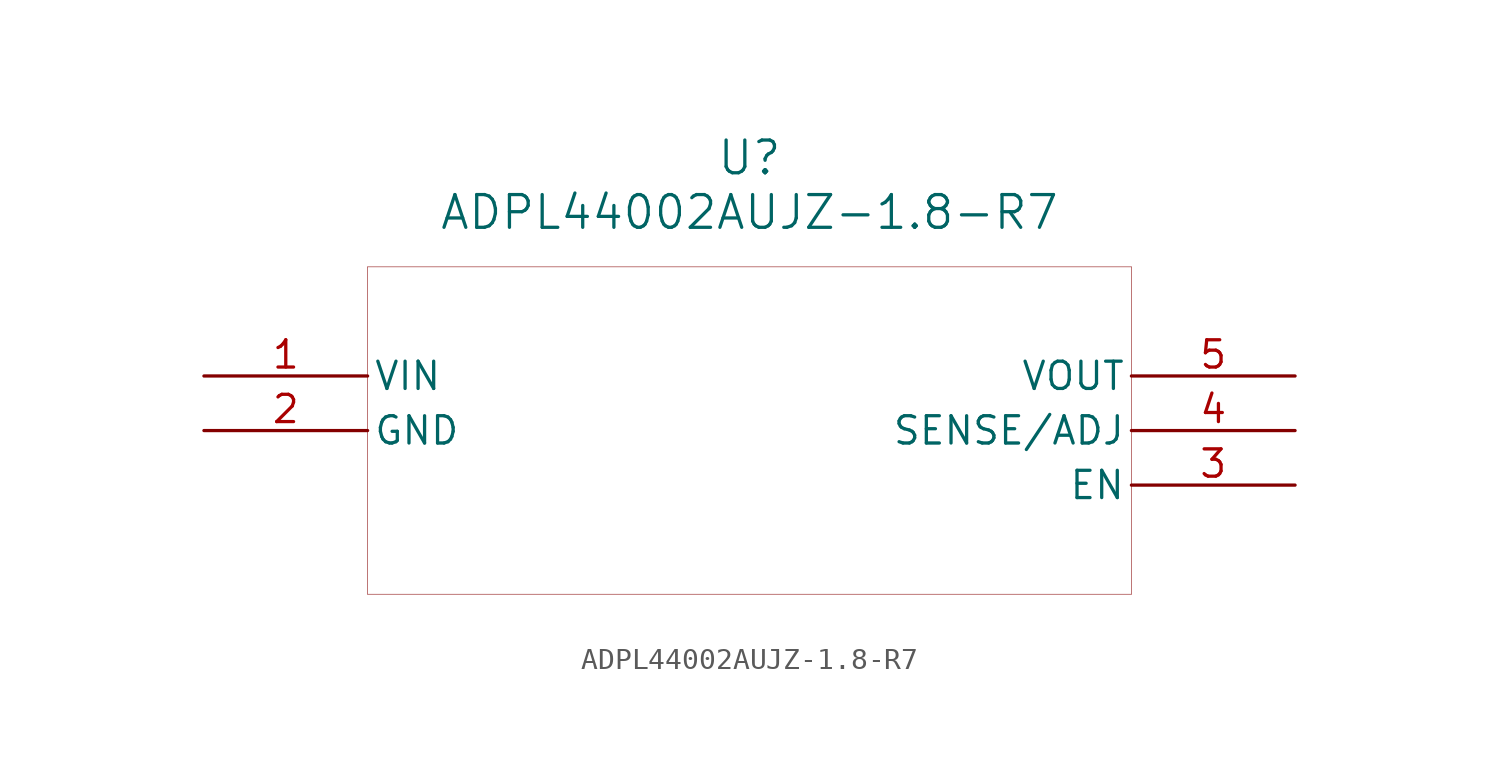
<source format=kicad_sym>
(kicad_symbol_lib
  (version 20211014)
  (generator kicad_symbol_editor)
  (symbol "ADPL44002AUJZ-1.8-R7"
    (pin_names
      (offset 0.254))
    (property "Reference" "U"
      (at 25.4 10.16 0)
      (effects (font (size 1.524 1.524))))
    (property "Value" "ADPL44002AUJZ-1.8-R7"
      (at 25.4 7.62 0)
      (effects (font (size 1.524 1.524))))
    (symbol "ADPL44002AUJZ-1.8-R7_0_1"
      (polyline (pts (xy 7.62 5.08) (xy 7.62 -10.16)) (stroke (width 0.025) (type default) (color 0 0 0 0)) (fill (type none)))
      (polyline (pts (xy 7.62 -10.16) (xy 43.18 -10.16)) (stroke (width 0.025) (type default) (color 0 0 0 0)) (fill (type none)))
      (polyline (pts (xy 43.18 -10.16) (xy 43.18 5.08)) (stroke (width 0.025) (type default) (color 0 0 0 0)) (fill (type none)))
      (polyline (pts (xy 43.18 5.08) (xy 7.62 5.08)) (stroke (width 0.025) (type default) (color 0 0 0 0)) (fill (type none)))
      (pin power_in line (at 0 0 0) (length 7.62) (name "VIN" (effects (font (size 1.27 1.27)))) (number "1" (effects (font (size 1.27 1.27)))))
      (pin power_out line (at 0 -2.54 0) (length 7.62) (name "GND" (effects (font (size 1.27 1.27)))) (number "2" (effects (font (size 1.27 1.27)))))
      (pin unspecified line (at 50.8 -5.08 180) (length 7.62) (name "EN" (effects (font (size 1.27 1.27)))) (number "3" (effects (font (size 1.27 1.27)))))
      (pin input line (at 50.8 -2.54 180) (length 7.62) (name "SENSE/ADJ" (effects (font (size 1.27 1.27)))) (number "4" (effects (font (size 1.27 1.27)))))
      (pin power_in line (at 50.8 0 180) (length 7.62) (name "VOUT" (effects (font (size 1.27 1.27)))) (number "5" (effects (font (size 1.27 1.27))))))))
</source>
